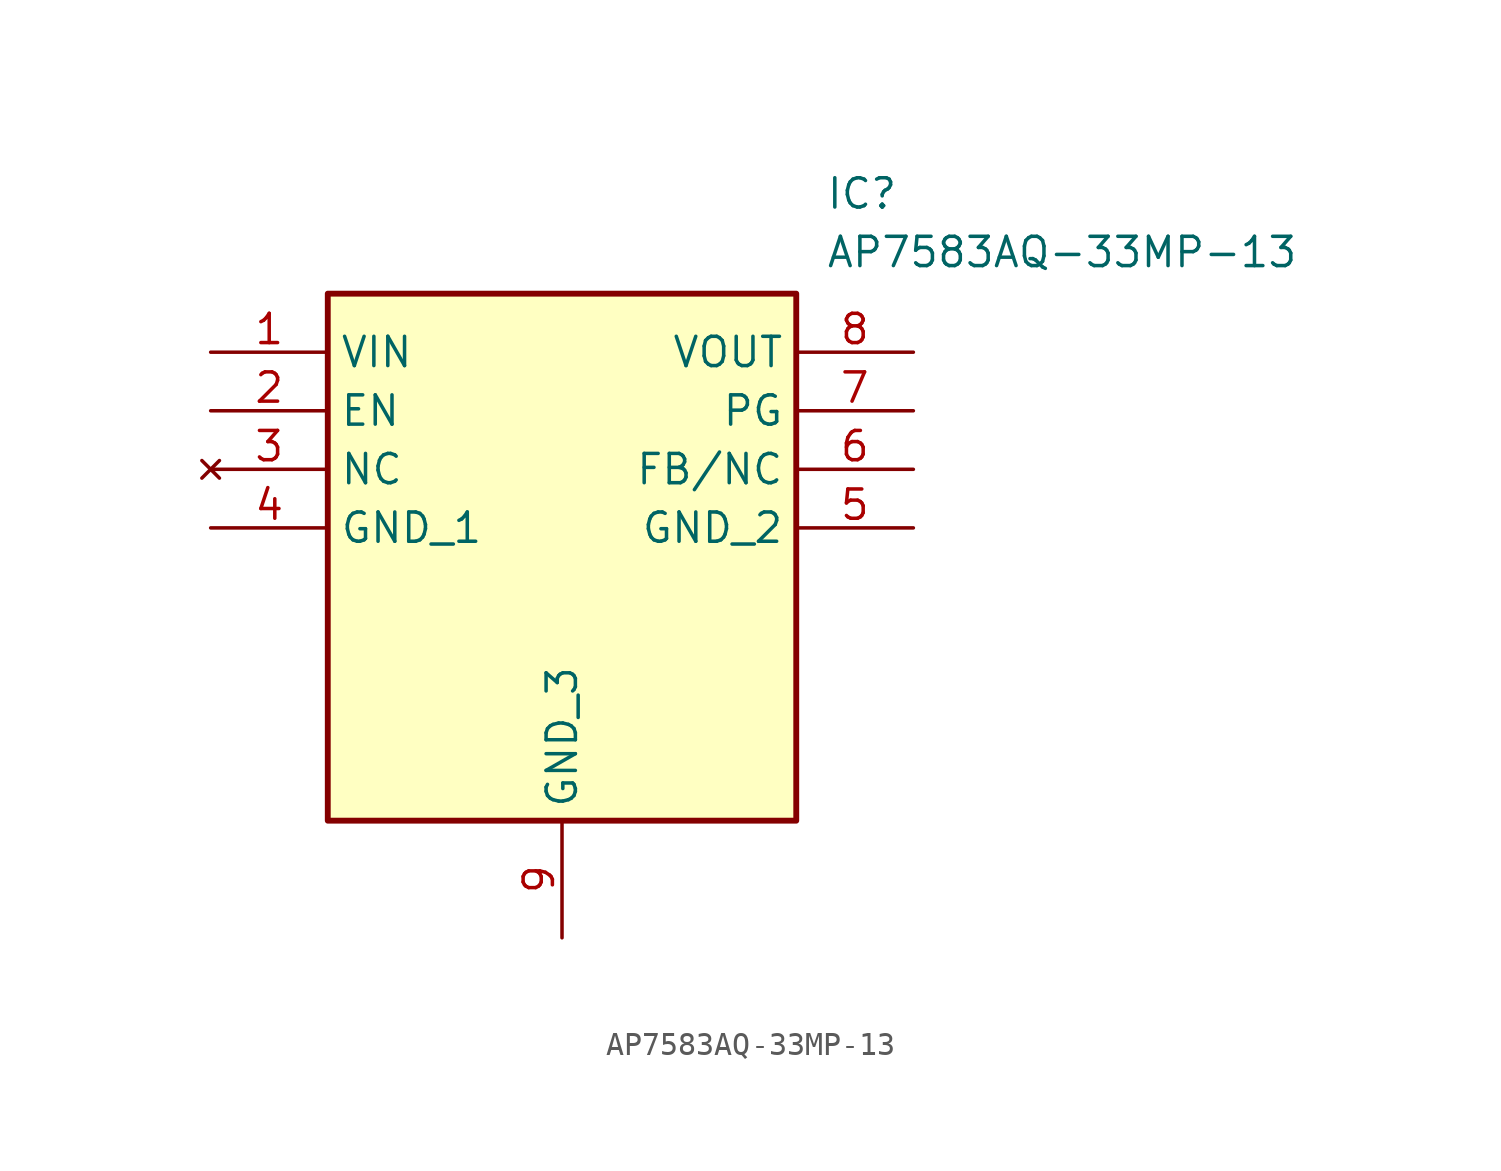
<source format=kicad_sym>
(kicad_symbol_lib
  (version 20211014)
  (generator SamacSys_ECAD_Model)
  (symbol "AP7583AQ-33MP-13"
    (property "Reference" "IC"
      (at 26.67 7.62 0)
      (effects (font (size 1.27 1.27)) (justify left top)))
    (property "Value" "AP7583AQ-33MP-13"
      (at 26.67 5.08 0)
      (effects (font (size 1.27 1.27)) (justify left top)))
    (rectangle
      (start 5.08 2.54)
      (end 25.4 -20.32)
      (stroke (width 0.254) (type default))
      (fill (type background)))
    (pin passive line
      (at 0 0 0)
      (length 5.08)
      (name "VIN" (effects (font (size 1.27 1.27))))
      (number "1" (effects (font (size 1.27 1.27)))))
    (pin passive line
      (at 0 -2.54 0)
      (length 5.08)
      (name "EN" (effects (font (size 1.27 1.27))))
      (number "2" (effects (font (size 1.27 1.27)))))
    (pin no_connect line
      (at 0 -5.08 0)
      (length 5.08)
      (name "NC" (effects (font (size 1.27 1.27))))
      (number "3" (effects (font (size 1.27 1.27)))))
    (pin passive line
      (at 0 -7.62 0)
      (length 5.08)
      (name "GND_1" (effects (font (size 1.27 1.27))))
      (number "4" (effects (font (size 1.27 1.27)))))
    (pin passive line
      (at 15.24 -25.4 90)
      (length 5.08)
      (name "GND_3" (effects (font (size 1.27 1.27))))
      (number "9" (effects (font (size 1.27 1.27)))))
    (pin passive line
      (at 30.48 0 180)
      (length 5.08)
      (name "VOUT" (effects (font (size 1.27 1.27))))
      (number "8" (effects (font (size 1.27 1.27)))))
    (pin passive line
      (at 30.48 -2.54 180)
      (length 5.08)
      (name "PG" (effects (font (size 1.27 1.27))))
      (number "7" (effects (font (size 1.27 1.27)))))
    (pin passive line
      (at 30.48 -5.08 180)
      (length 5.08)
      (name "FB/NC" (effects (font (size 1.27 1.27))))
      (number "6" (effects (font (size 1.27 1.27)))))
    (pin passive line
      (at 30.48 -7.62 180)
      (length 5.08)
      (name "GND_2" (effects (font (size 1.27 1.27))))
      (number "5" (effects (font (size 1.27 1.27)))))))
</source>
